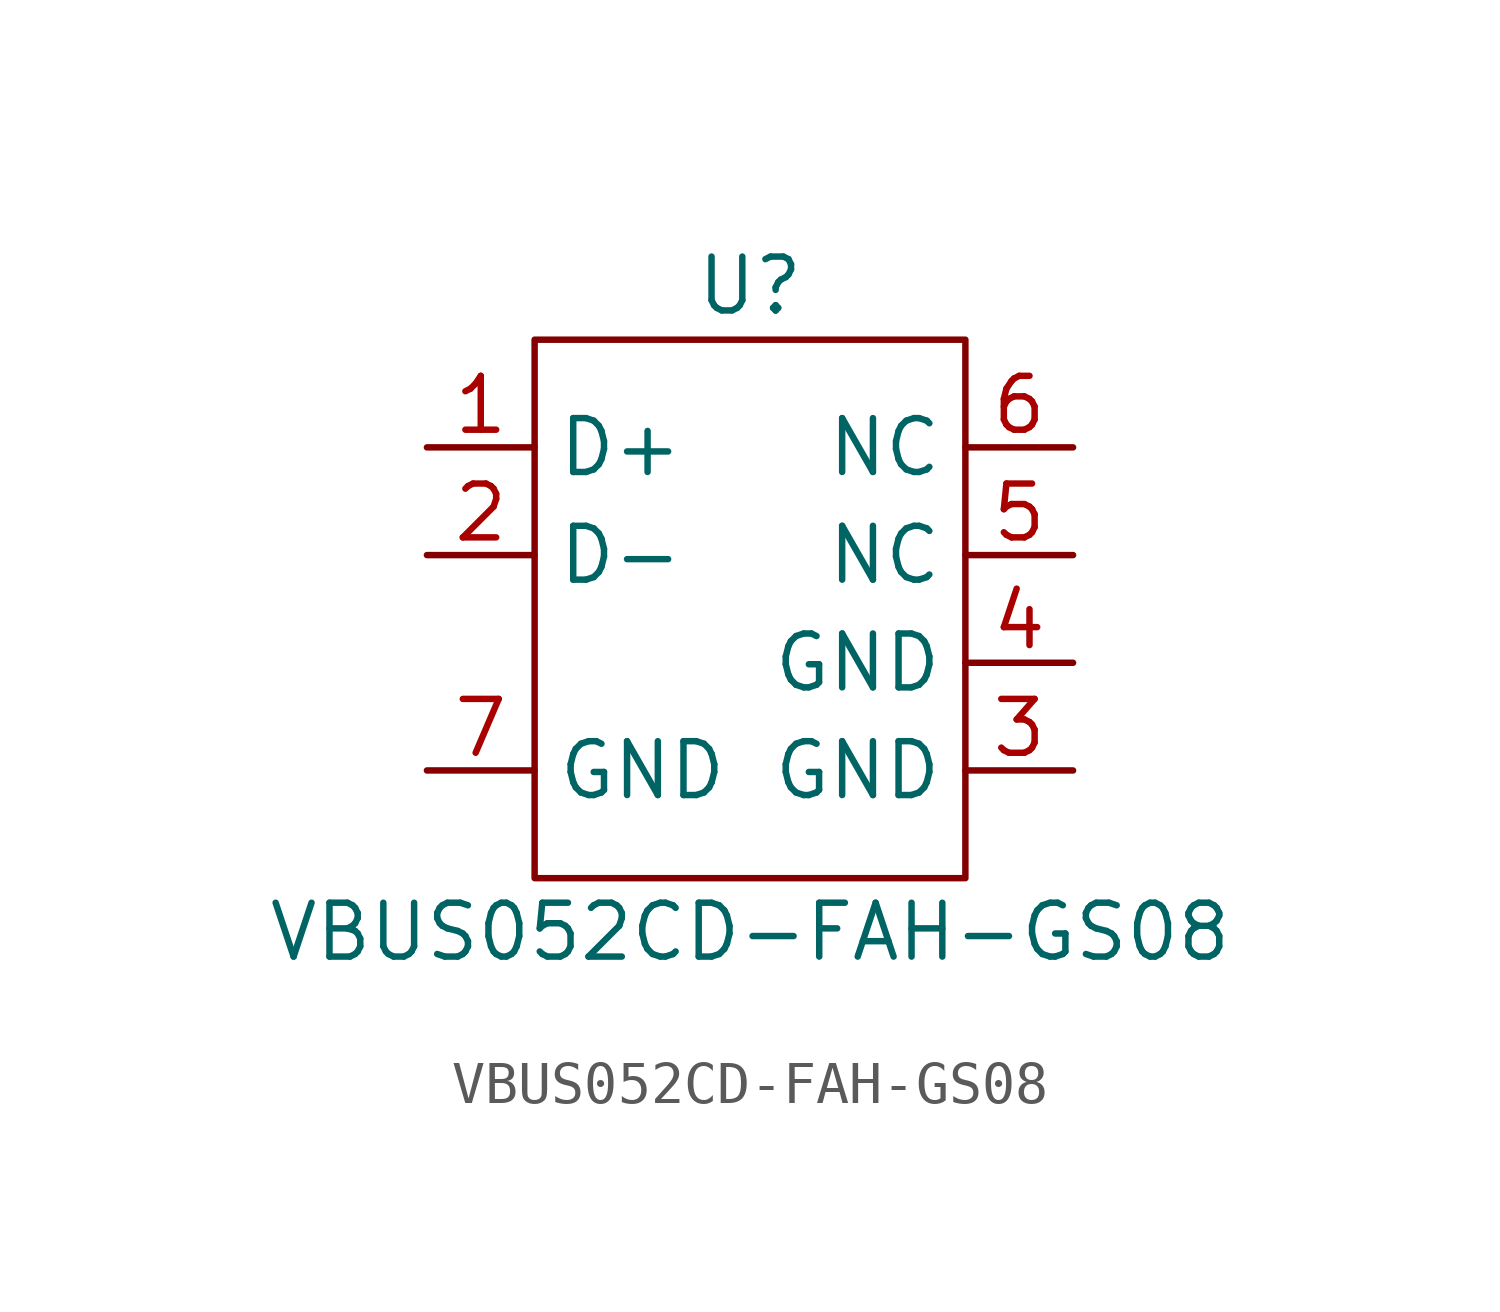
<source format=kicad_sym>
(kicad_symbol_lib
  (version 20211014)
  (generator kicad_symbol_editor)
  (symbol "VBUS052CD-FAH-GS08"
    (property "Reference" "U"
      (at 0 7.62 0)
      (effects (font (size 1.27 1.27))))
    (property "Value" "VBUS052CD-FAH-GS08"
      (at 0 -7.62 0)
      (effects (font (size 1.27 1.27))))
    (symbol "VBUS052CD-FAH-GS08_0_1"
      (rectangle (start -5.08 6.35) (end 5.08 -6.35) (stroke (width 0) (type default) (color 0 0 0 0)) (fill (type none))))
    (symbol "VBUS052CD-FAH-GS08_1_1"
      (pin input line (at -7.62 3.81 0) (length 2.54) (name "D+" (effects (font (size 1.27 1.27)))) (number "1" (effects (font (size 1.27 1.27)))))
      (pin input line (at -7.62 1.27 0) (length 2.54) (name "D-" (effects (font (size 1.27 1.27)))) (number "2" (effects (font (size 1.27 1.27)))))
      (pin input line (at 7.62 -3.81 180) (length 2.54) (name "GND" (effects (font (size 1.27 1.27)))) (number "3" (effects (font (size 1.27 1.27)))))
      (pin input line (at 7.62 -1.27 180) (length 2.54) (name "GND" (effects (font (size 1.27 1.27)))) (number "4" (effects (font (size 1.27 1.27)))))
      (pin input line (at 7.62 1.27 180) (length 2.54) (name "NC" (effects (font (size 1.27 1.27)))) (number "5" (effects (font (size 1.27 1.27)))))
      (pin input line (at 7.62 3.81 180) (length 2.54) (name "NC" (effects (font (size 1.27 1.27)))) (number "6" (effects (font (size 1.27 1.27)))))
      (pin input line (at -7.62 -3.81 0) (length 2.54) (name "GND" (effects (font (size 1.27 1.27)))) (number "7" (effects (font (size 1.27 1.27))))))))
</source>
